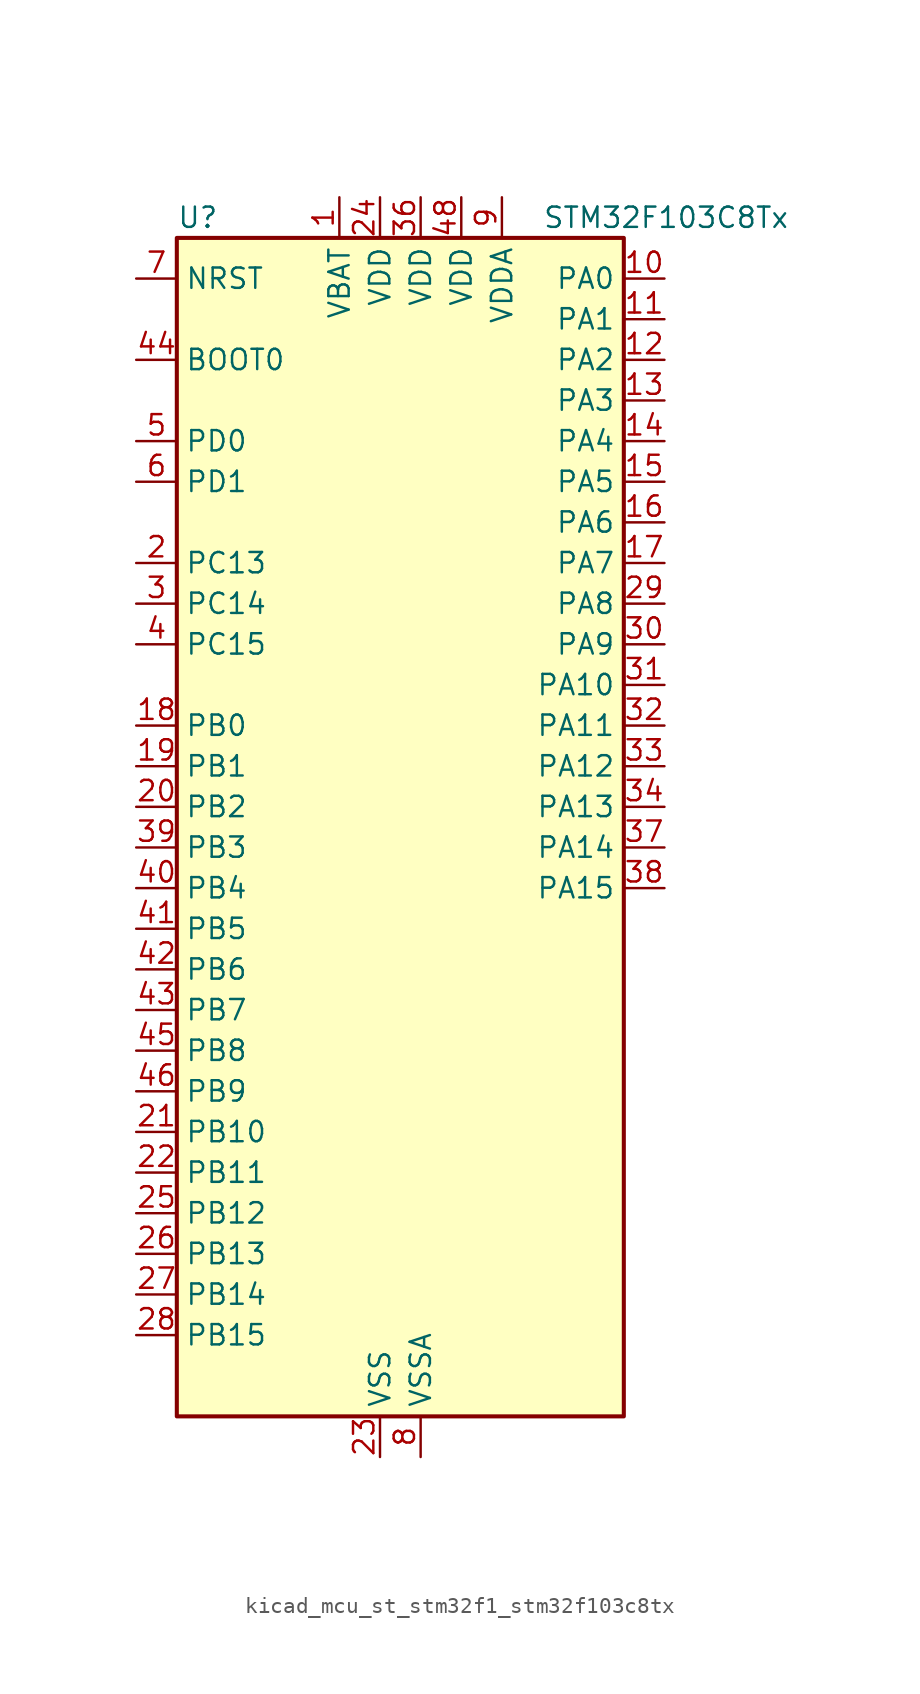
<source format=kicad_sym>
(kicad_symbol_lib
  (version 20220914)
  (generator kicad_symbol_editor)
  (symbol "kicad_mcu_st_stm32f1_stm32f103c8tx"
    (property "Reference" "U"
      (at -12.7 39.37 0)
      (effects (font (size 1.27 1.27)) (justify left)))
    (property "Value" "STM32F103C8Tx"
      (at 10.16 39.37 0)
      (effects (font (size 1.27 1.27)) (justify left)))
    (property "ki_locked" ""
      (at 0 0 0)
      (effects (font (size 1.27 1.27))))
    (symbol "kicad_mcu_st_stm32f1_stm32f103c8tx_0_1"
      (rectangle (start -12.7 -35.56) (end 15.24 38.1) (stroke (width 0.254) (type default)) (fill (type background))))
    (symbol "kicad_mcu_st_stm32f1_stm32f103c8tx_1_1"
      (pin power_in line (at -2.54 40.64 270) (length 2.54) (name "VBAT" (effects (font (size 1.27 1.27)))) (number "1" (effects (font (size 1.27 1.27)))))
      (pin bidirectional line (at 17.78 35.56 180) (length 2.54) (name "PA0" (effects (font (size 1.27 1.27)))) (number "10" (effects (font (size 1.27 1.27)))) (alternate "ADC1_IN0" bidirectional line) (alternate "ADC2_IN0" bidirectional line) (alternate "SYS_WKUP" bidirectional line) (alternate "TIM2_CH1" bidirectional line) (alternate "TIM2_ETR" bidirectional line) (alternate "USART2_CTS" bidirectional line))
      (pin bidirectional line (at 17.78 33.02 180) (length 2.54) (name "PA1" (effects (font (size 1.27 1.27)))) (number "11" (effects (font (size 1.27 1.27)))) (alternate "ADC1_IN1" bidirectional line) (alternate "ADC2_IN1" bidirectional line) (alternate "TIM2_CH2" bidirectional line) (alternate "USART2_RTS" bidirectional line))
      (pin bidirectional line (at 17.78 30.48 180) (length 2.54) (name "PA2" (effects (font (size 1.27 1.27)))) (number "12" (effects (font (size 1.27 1.27)))) (alternate "ADC1_IN2" bidirectional line) (alternate "ADC2_IN2" bidirectional line) (alternate "TIM2_CH3" bidirectional line) (alternate "USART2_TX" bidirectional line))
      (pin bidirectional line (at 17.78 27.94 180) (length 2.54) (name "PA3" (effects (font (size 1.27 1.27)))) (number "13" (effects (font (size 1.27 1.27)))) (alternate "ADC1_IN3" bidirectional line) (alternate "ADC2_IN3" bidirectional line) (alternate "TIM2_CH4" bidirectional line) (alternate "USART2_RX" bidirectional line))
      (pin bidirectional line (at 17.78 25.4 180) (length 2.54) (name "PA4" (effects (font (size 1.27 1.27)))) (number "14" (effects (font (size 1.27 1.27)))) (alternate "ADC1_IN4" bidirectional line) (alternate "ADC2_IN4" bidirectional line) (alternate "SPI1_NSS" bidirectional line) (alternate "USART2_CK" bidirectional line))
      (pin bidirectional line (at 17.78 22.86 180) (length 2.54) (name "PA5" (effects (font (size 1.27 1.27)))) (number "15" (effects (font (size 1.27 1.27)))) (alternate "ADC1_IN5" bidirectional line) (alternate "ADC2_IN5" bidirectional line) (alternate "SPI1_SCK" bidirectional line))
      (pin bidirectional line (at 17.78 20.32 180) (length 2.54) (name "PA6" (effects (font (size 1.27 1.27)))) (number "16" (effects (font (size 1.27 1.27)))) (alternate "ADC1_IN6" bidirectional line) (alternate "ADC2_IN6" bidirectional line) (alternate "SPI1_MISO" bidirectional line) (alternate "TIM1_BKIN" bidirectional line) (alternate "TIM3_CH1" bidirectional line))
      (pin bidirectional line (at 17.78 17.78 180) (length 2.54) (name "PA7" (effects (font (size 1.27 1.27)))) (number "17" (effects (font (size 1.27 1.27)))) (alternate "ADC1_IN7" bidirectional line) (alternate "ADC2_IN7" bidirectional line) (alternate "SPI1_MOSI" bidirectional line) (alternate "TIM1_CH1N" bidirectional line) (alternate "TIM3_CH2" bidirectional line))
      (pin bidirectional line (at -15.24 7.62 0) (length 2.54) (name "PB0" (effects (font (size 1.27 1.27)))) (number "18" (effects (font (size 1.27 1.27)))) (alternate "ADC1_IN8" bidirectional line) (alternate "ADC2_IN8" bidirectional line) (alternate "TIM1_CH2N" bidirectional line) (alternate "TIM3_CH3" bidirectional line))
      (pin bidirectional line (at -15.24 5.08 0) (length 2.54) (name "PB1" (effects (font (size 1.27 1.27)))) (number "19" (effects (font (size 1.27 1.27)))) (alternate "ADC1_IN9" bidirectional line) (alternate "ADC2_IN9" bidirectional line) (alternate "TIM1_CH3N" bidirectional line) (alternate "TIM3_CH4" bidirectional line))
      (pin bidirectional line (at -15.24 17.78 0) (length 2.54) (name "PC13" (effects (font (size 1.27 1.27)))) (number "2" (effects (font (size 1.27 1.27)))) (alternate "RTC_OUT" bidirectional line) (alternate "RTC_TAMPER" bidirectional line))
      (pin bidirectional line (at -15.24 2.54 0) (length 2.54) (name "PB2" (effects (font (size 1.27 1.27)))) (number "20" (effects (font (size 1.27 1.27)))))
      (pin bidirectional line (at -15.24 -17.78 0) (length 2.54) (name "PB10" (effects (font (size 1.27 1.27)))) (number "21" (effects (font (size 1.27 1.27)))) (alternate "I2C2_SCL" bidirectional line) (alternate "TIM2_CH3" bidirectional line) (alternate "USART3_TX" bidirectional line))
      (pin bidirectional line (at -15.24 -20.32 0) (length 2.54) (name "PB11" (effects (font (size 1.27 1.27)))) (number "22" (effects (font (size 1.27 1.27)))) (alternate "ADC1_EXTI11" bidirectional line) (alternate "ADC2_EXTI11" bidirectional line) (alternate "I2C2_SDA" bidirectional line) (alternate "TIM2_CH4" bidirectional line) (alternate "USART3_RX" bidirectional line))
      (pin power_in line (at 0 -38.1 90) (length 2.54) (name "VSS" (effects (font (size 1.27 1.27)))) (number "23" (effects (font (size 1.27 1.27)))))
      (pin power_in line (at 0 40.64 270) (length 2.54) (name "VDD" (effects (font (size 1.27 1.27)))) (number "24" (effects (font (size 1.27 1.27)))))
      (pin bidirectional line (at -15.24 -22.86 0) (length 2.54) (name "PB12" (effects (font (size 1.27 1.27)))) (number "25" (effects (font (size 1.27 1.27)))) (alternate "I2C2_SMBA" bidirectional line) (alternate "SPI2_NSS" bidirectional line) (alternate "TIM1_BKIN" bidirectional line) (alternate "USART3_CK" bidirectional line))
      (pin bidirectional line (at -15.24 -25.4 0) (length 2.54) (name "PB13" (effects (font (size 1.27 1.27)))) (number "26" (effects (font (size 1.27 1.27)))) (alternate "SPI2_SCK" bidirectional line) (alternate "TIM1_CH1N" bidirectional line) (alternate "USART3_CTS" bidirectional line))
      (pin bidirectional line (at -15.24 -27.94 0) (length 2.54) (name "PB14" (effects (font (size 1.27 1.27)))) (number "27" (effects (font (size 1.27 1.27)))) (alternate "SPI2_MISO" bidirectional line) (alternate "TIM1_CH2N" bidirectional line) (alternate "USART3_RTS" bidirectional line))
      (pin bidirectional line (at -15.24 -30.48 0) (length 2.54) (name "PB15" (effects (font (size 1.27 1.27)))) (number "28" (effects (font (size 1.27 1.27)))) (alternate "ADC1_EXTI15" bidirectional line) (alternate "ADC2_EXTI15" bidirectional line) (alternate "SPI2_MOSI" bidirectional line) (alternate "TIM1_CH3N" bidirectional line))
      (pin bidirectional line (at 17.78 15.24 180) (length 2.54) (name "PA8" (effects (font (size 1.27 1.27)))) (number "29" (effects (font (size 1.27 1.27)))) (alternate "RCC_MCO" bidirectional line) (alternate "TIM1_CH1" bidirectional line) (alternate "USART1_CK" bidirectional line))
      (pin bidirectional line (at -15.24 15.24 0) (length 2.54) (name "PC14" (effects (font (size 1.27 1.27)))) (number "3" (effects (font (size 1.27 1.27)))) (alternate "RCC_OSC32_IN" bidirectional line))
      (pin bidirectional line (at 17.78 12.7 180) (length 2.54) (name "PA9" (effects (font (size 1.27 1.27)))) (number "30" (effects (font (size 1.27 1.27)))) (alternate "TIM1_CH2" bidirectional line) (alternate "USART1_TX" bidirectional line))
      (pin bidirectional line (at 17.78 10.16 180) (length 2.54) (name "PA10" (effects (font (size 1.27 1.27)))) (number "31" (effects (font (size 1.27 1.27)))) (alternate "TIM1_CH3" bidirectional line) (alternate "USART1_RX" bidirectional line))
      (pin bidirectional line (at 17.78 7.62 180) (length 2.54) (name "PA11" (effects (font (size 1.27 1.27)))) (number "32" (effects (font (size 1.27 1.27)))) (alternate "ADC1_EXTI11" bidirectional line) (alternate "ADC2_EXTI11" bidirectional line) (alternate "CAN_RX" bidirectional line) (alternate "TIM1_CH4" bidirectional line) (alternate "USART1_CTS" bidirectional line) (alternate "USB_DM" bidirectional line))
      (pin bidirectional line (at 17.78 5.08 180) (length 2.54) (name "PA12" (effects (font (size 1.27 1.27)))) (number "33" (effects (font (size 1.27 1.27)))) (alternate "CAN_TX" bidirectional line) (alternate "TIM1_ETR" bidirectional line) (alternate "USART1_RTS" bidirectional line) (alternate "USB_DP" bidirectional line))
      (pin bidirectional line (at 17.78 2.54 180) (length 2.54) (name "PA13" (effects (font (size 1.27 1.27)))) (number "34" (effects (font (size 1.27 1.27)))) (alternate "SYS_JTMS-SWDIO" bidirectional line))
      (pin passive line (at 0 -38.1 90) (length 2.54) hide (name "VSS" (effects (font (size 1.27 1.27)))) (number "35" (effects (font (size 1.27 1.27)))))
      (pin power_in line (at 2.54 40.64 270) (length 2.54) (name "VDD" (effects (font (size 1.27 1.27)))) (number "36" (effects (font (size 1.27 1.27)))))
      (pin bidirectional line (at 17.78 0 180) (length 2.54) (name "PA14" (effects (font (size 1.27 1.27)))) (number "37" (effects (font (size 1.27 1.27)))) (alternate "SYS_JTCK-SWCLK" bidirectional line))
      (pin bidirectional line (at 17.78 -2.54 180) (length 2.54) (name "PA15" (effects (font (size 1.27 1.27)))) (number "38" (effects (font (size 1.27 1.27)))) (alternate "ADC1_EXTI15" bidirectional line) (alternate "ADC2_EXTI15" bidirectional line) (alternate "SPI1_NSS" bidirectional line) (alternate "SYS_JTDI" bidirectional line) (alternate "TIM2_CH1" bidirectional line) (alternate "TIM2_ETR" bidirectional line))
      (pin bidirectional line (at -15.24 0 0) (length 2.54) (name "PB3" (effects (font (size 1.27 1.27)))) (number "39" (effects (font (size 1.27 1.27)))) (alternate "SPI1_SCK" bidirectional line) (alternate "SYS_JTDO-TRACESWO" bidirectional line) (alternate "TIM2_CH2" bidirectional line))
      (pin bidirectional line (at -15.24 12.7 0) (length 2.54) (name "PC15" (effects (font (size 1.27 1.27)))) (number "4" (effects (font (size 1.27 1.27)))) (alternate "ADC1_EXTI15" bidirectional line) (alternate "ADC2_EXTI15" bidirectional line) (alternate "RCC_OSC32_OUT" bidirectional line))
      (pin bidirectional line (at -15.24 -2.54 0) (length 2.54) (name "PB4" (effects (font (size 1.27 1.27)))) (number "40" (effects (font (size 1.27 1.27)))) (alternate "SPI1_MISO" bidirectional line) (alternate "SYS_NJTRST" bidirectional line) (alternate "TIM3_CH1" bidirectional line))
      (pin bidirectional line (at -15.24 -5.08 0) (length 2.54) (name "PB5" (effects (font (size 1.27 1.27)))) (number "41" (effects (font (size 1.27 1.27)))) (alternate "I2C1_SMBA" bidirectional line) (alternate "SPI1_MOSI" bidirectional line) (alternate "TIM3_CH2" bidirectional line))
      (pin bidirectional line (at -15.24 -7.62 0) (length 2.54) (name "PB6" (effects (font (size 1.27 1.27)))) (number "42" (effects (font (size 1.27 1.27)))) (alternate "I2C1_SCL" bidirectional line) (alternate "TIM4_CH1" bidirectional line) (alternate "USART1_TX" bidirectional line))
      (pin bidirectional line (at -15.24 -10.16 0) (length 2.54) (name "PB7" (effects (font (size 1.27 1.27)))) (number "43" (effects (font (size 1.27 1.27)))) (alternate "I2C1_SDA" bidirectional line) (alternate "TIM4_CH2" bidirectional line) (alternate "USART1_RX" bidirectional line))
      (pin input line (at -15.24 30.48 0) (length 2.54) (name "BOOT0" (effects (font (size 1.27 1.27)))) (number "44" (effects (font (size 1.27 1.27)))))
      (pin bidirectional line (at -15.24 -12.7 0) (length 2.54) (name "PB8" (effects (font (size 1.27 1.27)))) (number "45" (effects (font (size 1.27 1.27)))) (alternate "CAN_RX" bidirectional line) (alternate "I2C1_SCL" bidirectional line) (alternate "TIM4_CH3" bidirectional line))
      (pin bidirectional line (at -15.24 -15.24 0) (length 2.54) (name "PB9" (effects (font (size 1.27 1.27)))) (number "46" (effects (font (size 1.27 1.27)))) (alternate "CAN_TX" bidirectional line) (alternate "I2C1_SDA" bidirectional line) (alternate "TIM4_CH4" bidirectional line))
      (pin passive line (at 0 -38.1 90) (length 2.54) hide (name "VSS" (effects (font (size 1.27 1.27)))) (number "47" (effects (font (size 1.27 1.27)))))
      (pin power_in line (at 5.08 40.64 270) (length 2.54) (name "VDD" (effects (font (size 1.27 1.27)))) (number "48" (effects (font (size 1.27 1.27)))))
      (pin bidirectional line (at -15.24 25.4 0) (length 2.54) (name "PD0" (effects (font (size 1.27 1.27)))) (number "5" (effects (font (size 1.27 1.27)))) (alternate "RCC_OSC_IN" bidirectional line))
      (pin bidirectional line (at -15.24 22.86 0) (length 2.54) (name "PD1" (effects (font (size 1.27 1.27)))) (number "6" (effects (font (size 1.27 1.27)))) (alternate "RCC_OSC_OUT" bidirectional line))
      (pin input line (at -15.24 35.56 0) (length 2.54) (name "NRST" (effects (font (size 1.27 1.27)))) (number "7" (effects (font (size 1.27 1.27)))))
      (pin power_in line (at 2.54 -38.1 90) (length 2.54) (name "VSSA" (effects (font (size 1.27 1.27)))) (number "8" (effects (font (size 1.27 1.27)))))
      (pin power_in line (at 7.62 40.64 270) (length 2.54) (name "VDDA" (effects (font (size 1.27 1.27)))) (number "9" (effects (font (size 1.27 1.27))))))))
</source>
